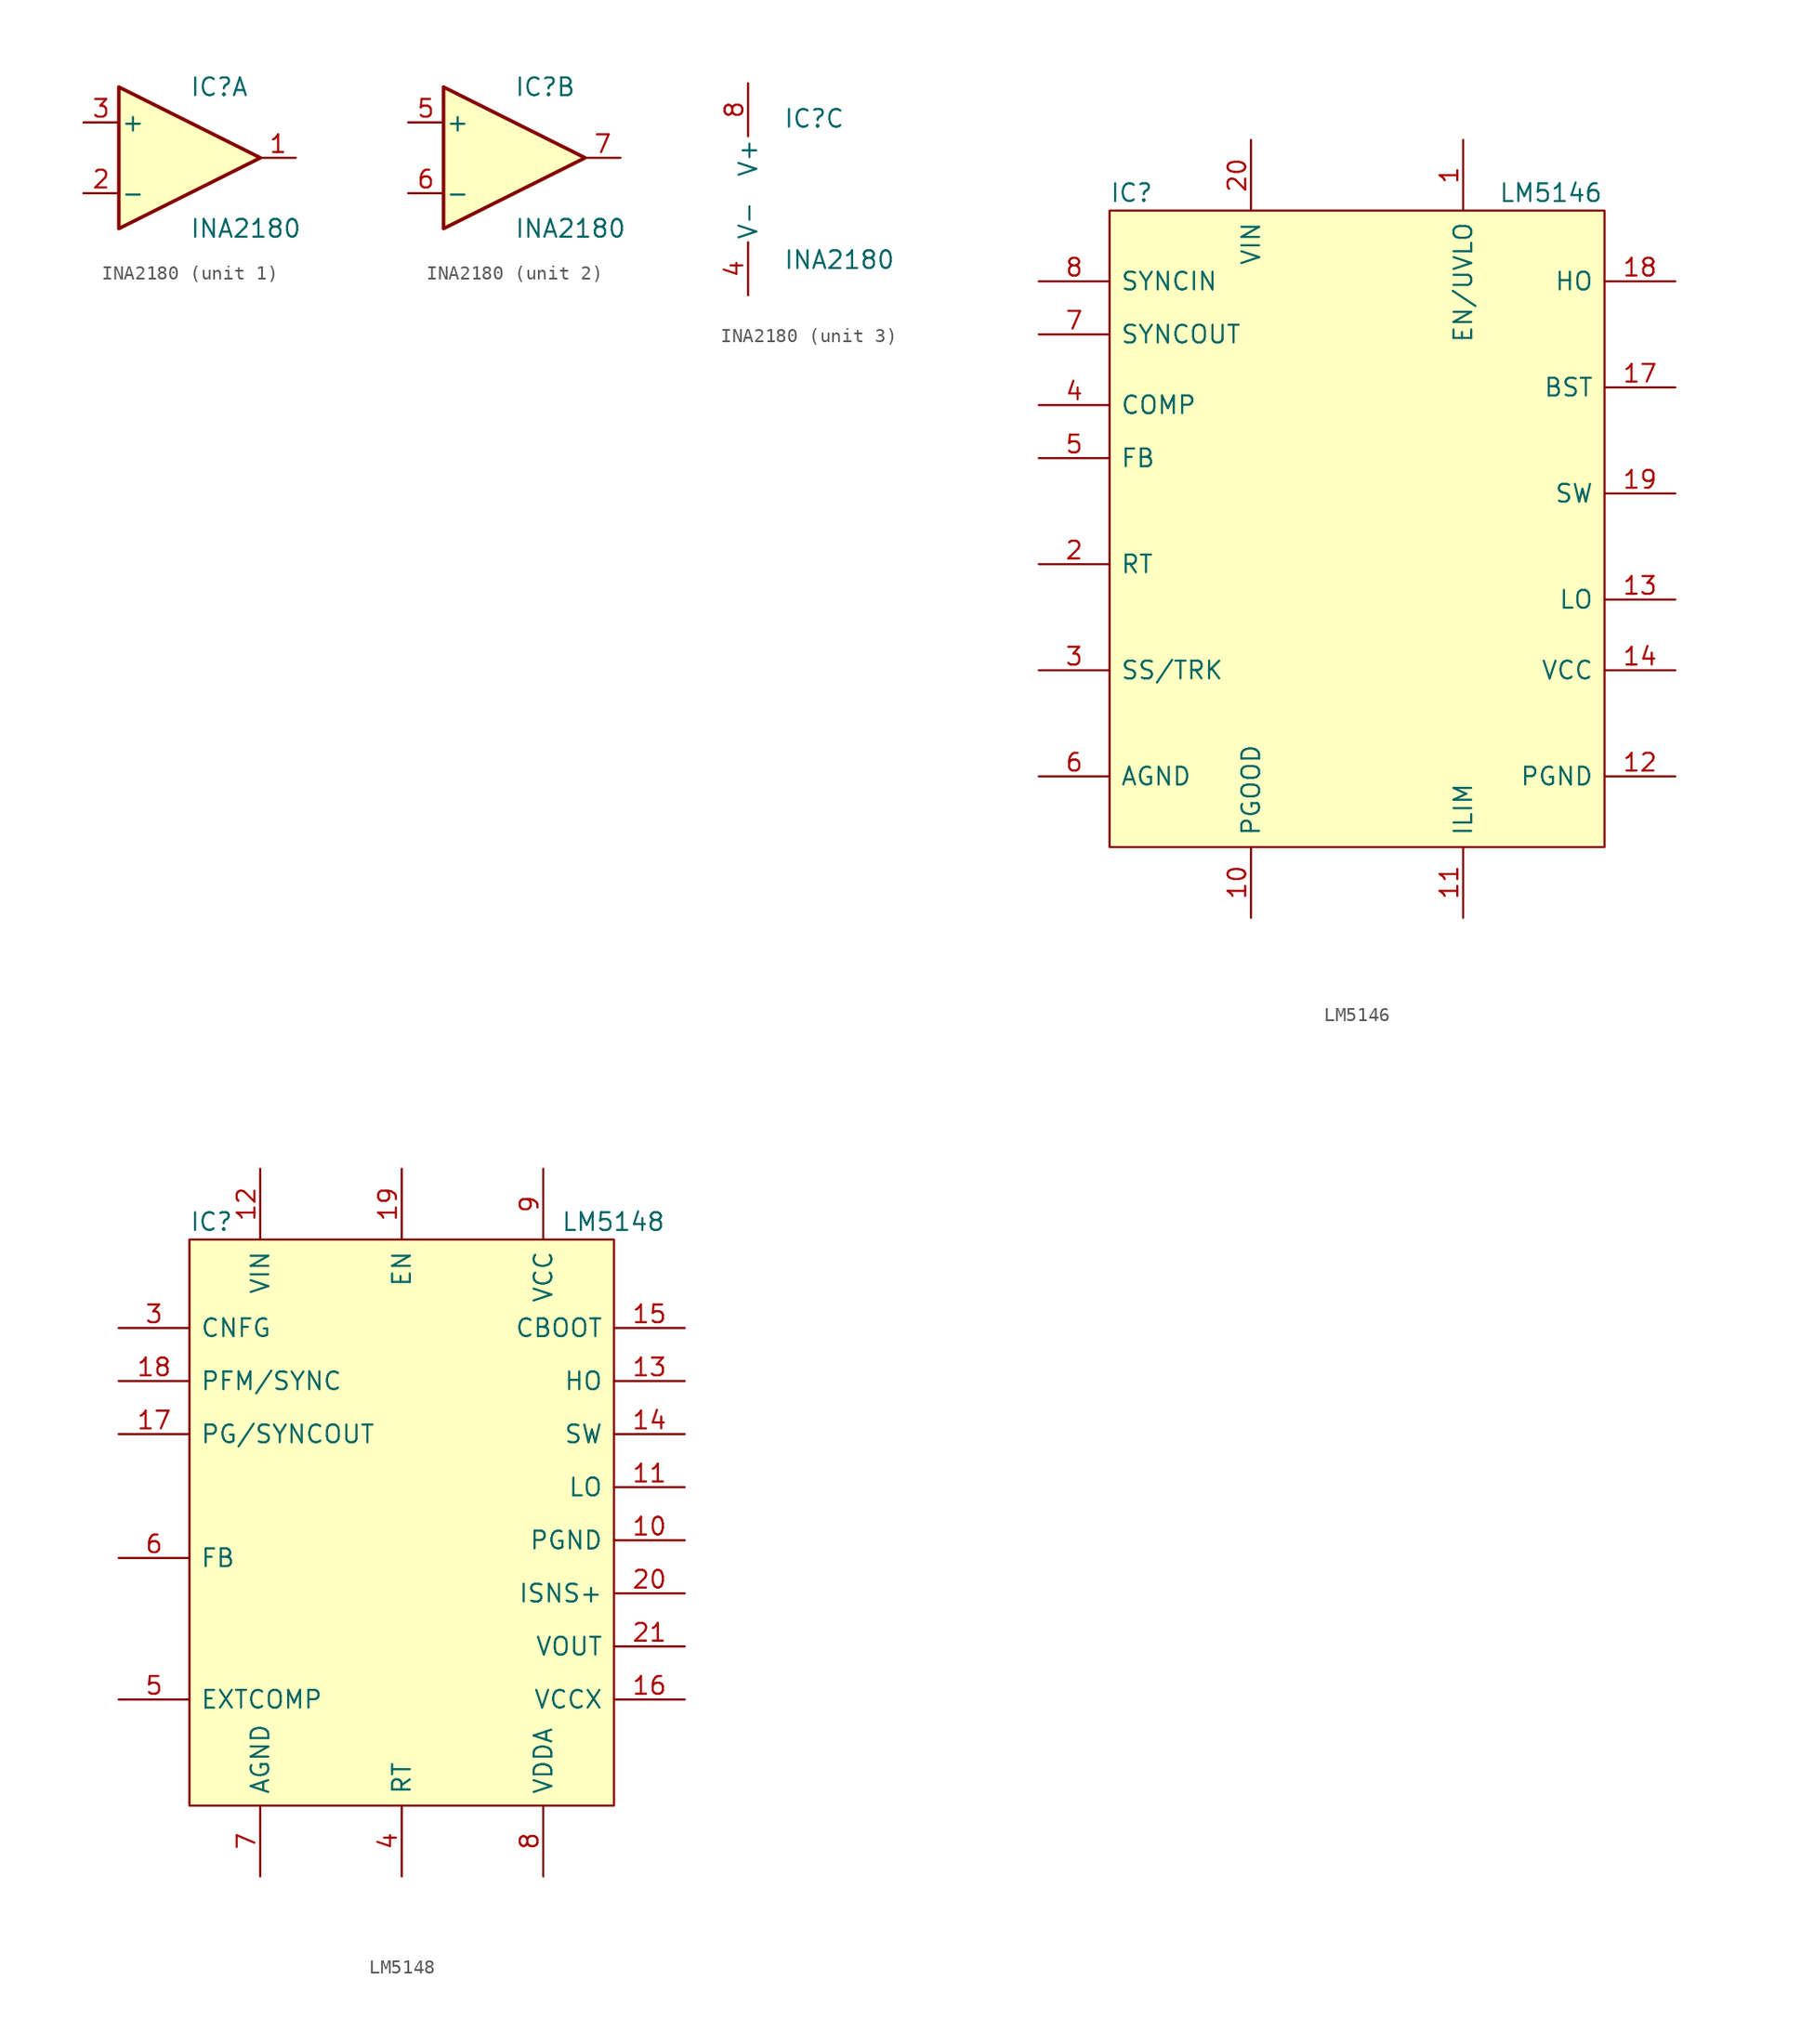
<source format=kicad_sym>
(kicad_symbol_lib
  (version 20220914)
  (generator kicad_symbol_editor)
  (symbol "INA2180"
    (pin_names
      (offset 0.127))
    (property "Reference" "IC"
      (at 0 5.08 0)
      (effects (font (size 1.27 1.27)) (justify left)))
    (property "Value" "INA2180"
      (at 0 -5.08 0)
      (effects (font (size 1.27 1.27)) (justify left)))
    (property "ki_locked" ""
      (at 0 0 0)
      (effects (font (size 1.27 1.27))))
    (symbol "INA2180_1_1"
      (polyline (pts (xy -5.08 5.08) (xy 5.08 0) (xy -5.08 -5.08) (xy -5.08 5.08)) (stroke (width 0.254) (type default)) (fill (type background)))
      (pin output line (at 7.62 0 180) (length 2.54) (name "~" (effects (font (size 1.27 1.27)))) (number "1" (effects (font (size 1.27 1.27)))))
      (pin input line (at -7.62 -2.54 0) (length 2.54) (name "-" (effects (font (size 1.27 1.27)))) (number "2" (effects (font (size 1.27 1.27)))))
      (pin input line (at -7.62 2.54 0) (length 2.54) (name "+" (effects (font (size 1.27 1.27)))) (number "3" (effects (font (size 1.27 1.27))))))
    (symbol "INA2180_2_1"
      (polyline (pts (xy -5.08 5.08) (xy 5.08 0) (xy -5.08 -5.08) (xy -5.08 5.08)) (stroke (width 0.254) (type default)) (fill (type background)))
      (pin input line (at -7.62 2.54 0) (length 2.54) (name "+" (effects (font (size 1.27 1.27)))) (number "5" (effects (font (size 1.27 1.27)))))
      (pin input line (at -7.62 -2.54 0) (length 2.54) (name "-" (effects (font (size 1.27 1.27)))) (number "6" (effects (font (size 1.27 1.27)))))
      (pin output line (at 7.62 0 180) (length 2.54) (name "~" (effects (font (size 1.27 1.27)))) (number "7" (effects (font (size 1.27 1.27))))))
    (symbol "INA2180_3_1"
      (pin power_in line (at -2.54 -7.62 90) (length 3.81) (name "V-" (effects (font (size 1.27 1.27)))) (number "4" (effects (font (size 1.27 1.27)))))
      (pin power_in line (at -2.54 7.62 270) (length 3.81) (name "V+" (effects (font (size 1.27 1.27)))) (number "8" (effects (font (size 1.27 1.27)))))
      (pin power_in line (at -2.54 -7.62 90) (length 3.81) hide (name "V-" (effects (font (size 1.27 1.27)))) (number "9" (effects (font (size 1.27 1.27)))))))
  (symbol "LM5146"
    (pin_names
      (offset 0.762))
    (property "Reference" "IC"
      (at -17.78 24.13 0)
      (effects (font (size 1.27 1.27)) (justify left)))
    (property "Value" "LM5146"
      (at 10.16 24.13 0)
      (effects (font (size 1.27 1.27)) (justify left)))
    (symbol "LM5146_0_0"
      (pin passive line (at 22.86 -17.78 180) (length 5.08) (name "PGND" (effects (font (size 1.27 1.27)))) (number "12" (effects (font (size 1.27 1.27)))))
      (pin passive line (at 22.86 -5.08 180) (length 5.08) (name "LO" (effects (font (size 1.27 1.27)))) (number "13" (effects (font (size 1.27 1.27)))))
      (pin passive line (at 22.86 17.78 180) (length 5.08) (name "HO" (effects (font (size 1.27 1.27)))) (number "18" (effects (font (size 1.27 1.27)))))
      (pin passive line (at 22.86 2.54 180) (length 5.08) (name "SW" (effects (font (size 1.27 1.27)))) (number "19" (effects (font (size 1.27 1.27)))))
      (pin passive line (at -7.62 27.94 270) (length 5.08) (name "VIN" (effects (font (size 1.27 1.27)))) (number "20" (effects (font (size 1.27 1.27)))))
      (pin passive line (at -22.86 -17.78 0) (length 5.08) (name "AGND" (effects (font (size 1.27 1.27)))) (number "6" (effects (font (size 1.27 1.27))))))
    (symbol "LM5146_1_0"
      (pin input line (at 7.62 27.94 270) (length 5.08) (name "EN/UVLO" (effects (font (size 1.27 1.27)))) (number "1" (effects (font (size 1.27 1.27)))))
      (pin output line (at -7.62 -27.94 90) (length 5.08) (name "PGOOD" (effects (font (size 1.27 1.27)))) (number "10" (effects (font (size 1.27 1.27)))))
      (pin input line (at 7.62 -27.94 90) (length 5.08) (name "ILIM" (effects (font (size 1.27 1.27)))) (number "11" (effects (font (size 1.27 1.27)))))
      (pin output line (at 22.86 -10.16 180) (length 5.08) (name "VCC" (effects (font (size 1.27 1.27)))) (number "14" (effects (font (size 1.27 1.27)))))
      (pin passive line (at 22.86 -17.78 180) (length 5.08) hide (name "PGND" (effects (font (size 1.27 1.27)))) (number "15" (effects (font (size 1.27 1.27)))))
      (pin no_connect line (at 1.27 -22.86 90) (length 5.08) hide (name "NC" (effects (font (size 1.27 1.27)))) (number "16" (effects (font (size 1.27 1.27)))))
      (pin output line (at 22.86 10.16 180) (length 5.08) (name "BST" (effects (font (size 1.27 1.27)))) (number "17" (effects (font (size 1.27 1.27)))))
      (pin input line (at -22.86 -2.54 0) (length 5.08) (name "RT" (effects (font (size 1.27 1.27)))) (number "2" (effects (font (size 1.27 1.27)))))
      (pin passive line (at 22.86 -17.78 180) (length 5.08) hide (name "PGND" (effects (font (size 1.27 1.27)))) (number "21" (effects (font (size 1.27 1.27)))))
      (pin input line (at -22.86 -10.16 0) (length 5.08) (name "SS/TRK" (effects (font (size 1.27 1.27)))) (number "3" (effects (font (size 1.27 1.27)))))
      (pin output line (at -22.86 8.89 0) (length 5.08) (name "COMP" (effects (font (size 1.27 1.27)))) (number "4" (effects (font (size 1.27 1.27)))))
      (pin input line (at -22.86 5.08 0) (length 5.08) (name "FB" (effects (font (size 1.27 1.27)))) (number "5" (effects (font (size 1.27 1.27)))))
      (pin output line (at -22.86 13.97 0) (length 5.08) (name "SYNCOUT" (effects (font (size 1.27 1.27)))) (number "7" (effects (font (size 1.27 1.27)))))
      (pin input line (at -22.86 17.78 0) (length 5.08) (name "SYNCIN" (effects (font (size 1.27 1.27)))) (number "8" (effects (font (size 1.27 1.27)))))
      (pin no_connect line (at -1.27 -22.86 90) (length 5.08) hide (name "NC" (effects (font (size 1.27 1.27)))) (number "9" (effects (font (size 1.27 1.27))))))
    (symbol "LM5146_1_1"
      (rectangle (start -17.78 22.86) (end 17.78 -22.86) (stroke (width 0) (type default)) (fill (type background)))))
  (symbol "LM5148"
    (pin_names
      (offset 0.762))
    (property "Reference" "IC"
      (at -15.24 24.13 0)
      (effects (font (size 1.27 1.27)) (justify left)))
    (property "Value" "LM5148"
      (at 11.43 24.13 0)
      (effects (font (size 1.27 1.27)) (justify left)))
    (symbol "LM5148_0_0"
      (pin passive line (at 20.32 1.27 180) (length 5.08) (name "PGND" (effects (font (size 1.27 1.27)))) (number "10" (effects (font (size 1.27 1.27)))))
      (pin passive line (at -10.16 27.94 270) (length 5.08) (name "VIN" (effects (font (size 1.27 1.27)))) (number "12" (effects (font (size 1.27 1.27)))))
      (pin passive line (at 20.32 8.89 180) (length 5.08) (name "SW" (effects (font (size 1.27 1.27)))) (number "14" (effects (font (size 1.27 1.27)))))
      (pin passive line (at 20.32 16.51 180) (length 5.08) (name "CBOOT" (effects (font (size 1.27 1.27)))) (number "15" (effects (font (size 1.27 1.27)))))
      (pin passive line (at 20.32 -10.16 180) (length 5.08) (name "VCCX" (effects (font (size 1.27 1.27)))) (number "16" (effects (font (size 1.27 1.27)))))
      (pin passive line (at -10.16 -22.86 90) (length 5.08) (name "AGND" (effects (font (size 1.27 1.27)))) (number "7" (effects (font (size 1.27 1.27)))))
      (pin passive line (at 10.16 -22.86 90) (length 5.08) (name "VDDA" (effects (font (size 1.27 1.27)))) (number "8" (effects (font (size 1.27 1.27)))))
      (pin passive line (at 10.16 27.94 270) (length 5.08) (name "VCC" (effects (font (size 1.27 1.27)))) (number "9" (effects (font (size 1.27 1.27))))))
    (symbol "LM5148_1_0"
      (pin passive line (at 20.32 1.27 180) (length 5.08) hide (name "PGND" (effects (font (size 1.27 1.27)))) (number "1" (effects (font (size 1.27 1.27)))))
      (pin output line (at 20.32 5.08 180) (length 5.08) (name "LO" (effects (font (size 1.27 1.27)))) (number "11" (effects (font (size 1.27 1.27)))))
      (pin output line (at 20.32 12.7 180) (length 5.08) (name "HO" (effects (font (size 1.27 1.27)))) (number "13" (effects (font (size 1.27 1.27)))))
      (pin output line (at -20.32 8.89 0) (length 5.08) (name "PG/SYNCOUT" (effects (font (size 1.27 1.27)))) (number "17" (effects (font (size 1.27 1.27)))))
      (pin input line (at -20.32 12.7 0) (length 5.08) (name "PFM/SYNC" (effects (font (size 1.27 1.27)))) (number "18" (effects (font (size 1.27 1.27)))))
      (pin input line (at 0 27.94 270) (length 5.08) (name "EN" (effects (font (size 1.27 1.27)))) (number "19" (effects (font (size 1.27 1.27)))))
      (pin passive line (at 20.32 1.27 180) (length 5.08) hide (name "PGND" (effects (font (size 1.27 1.27)))) (number "2" (effects (font (size 1.27 1.27)))))
      (pin input line (at 20.32 -2.54 180) (length 5.08) (name "ISNS+" (effects (font (size 1.27 1.27)))) (number "20" (effects (font (size 1.27 1.27)))))
      (pin input line (at 20.32 -6.35 180) (length 5.08) (name "VOUT" (effects (font (size 1.27 1.27)))) (number "21" (effects (font (size 1.27 1.27)))))
      (pin passive line (at 20.32 1.27 180) (length 5.08) hide (name "PGND" (effects (font (size 1.27 1.27)))) (number "22" (effects (font (size 1.27 1.27)))))
      (pin passive line (at 20.32 1.27 180) (length 5.08) hide (name "PGND" (effects (font (size 1.27 1.27)))) (number "23" (effects (font (size 1.27 1.27)))))
      (pin passive line (at 20.32 1.27 180) (length 5.08) hide (name "PGND" (effects (font (size 1.27 1.27)))) (number "24" (effects (font (size 1.27 1.27)))))
      (pin passive line (at 20.32 1.27 180) (length 5.08) hide (name "PGND" (effects (font (size 1.27 1.27)))) (number "25" (effects (font (size 1.27 1.27)))))
      (pin input line (at -20.32 16.51 0) (length 5.08) (name "CNFG" (effects (font (size 1.27 1.27)))) (number "3" (effects (font (size 1.27 1.27)))))
      (pin input line (at 0 -22.86 90) (length 5.08) (name "RT" (effects (font (size 1.27 1.27)))) (number "4" (effects (font (size 1.27 1.27)))))
      (pin power_out line (at -20.32 -10.16 0) (length 5.08) (name "EXTCOMP" (effects (font (size 1.27 1.27)))) (number "5" (effects (font (size 1.27 1.27)))))
      (pin input line (at -20.32 0 0) (length 5.08) (name "FB" (effects (font (size 1.27 1.27)))) (number "6" (effects (font (size 1.27 1.27))))))
    (symbol "LM5148_1_1"
      (rectangle (start -15.24 22.86) (end 15.24 -17.78) (stroke (width 0) (type default)) (fill (type background))))))
</source>
